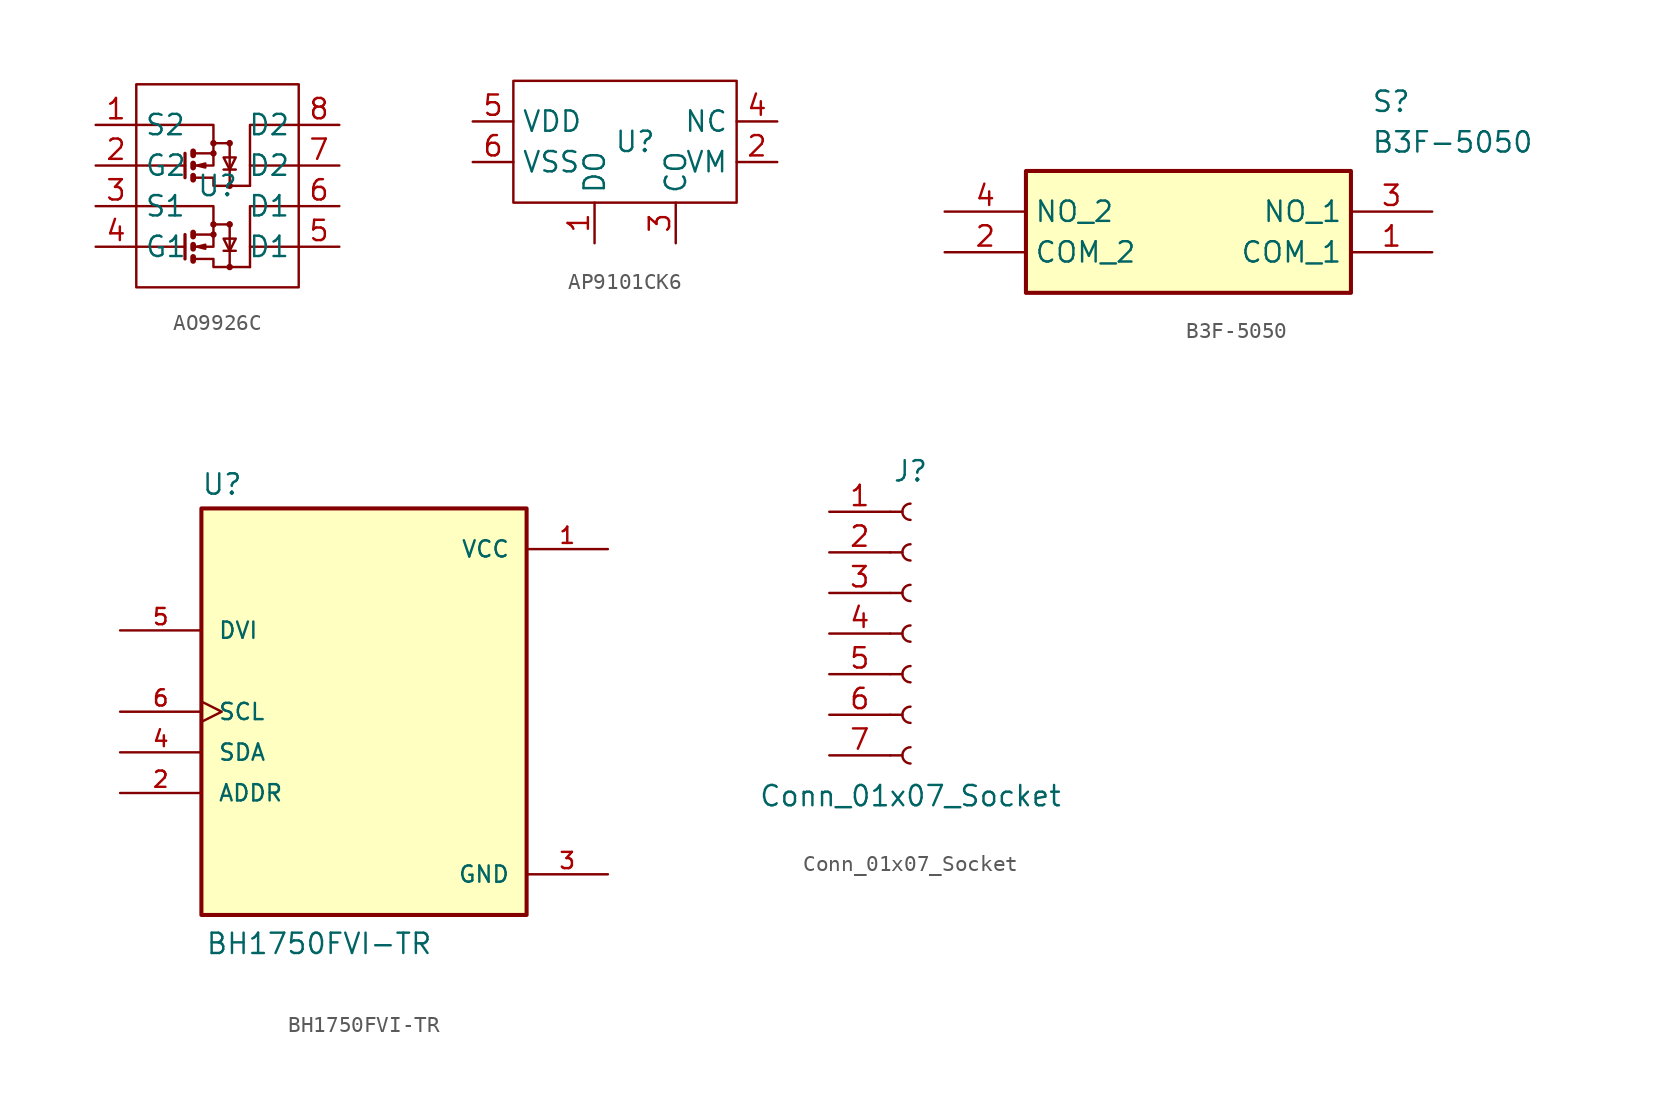
<source format=kicad_sym>
(kicad_symbol_lib
  (version 20231120)
  (generator "kicad_symbol_editor")
  (generator_version "8.0")
  (symbol "AO9926C"
    (property "Reference" "U"
      (at 0 0 0)
      (effects (font (size 1.27 1.27))))
    (property "Value" ""
      (at 0 0 0)
      (effects (font (size 1.27 1.27))))
    (symbol "AO9926C_0_1"
      (rectangle (start -5.08 6.35) (end 5.08 -6.35) (stroke (width 0) (type default)) (fill (type none)))
      (circle (center -0.254 -3.048) (radius 0.127) (stroke (width 0) (type default)) (fill (type none)))
      (circle (center -0.254 -2.413) (radius 0.127) (stroke (width 0) (type default)) (fill (type none)))
      (circle (center -0.254 2.032) (radius 0.127) (stroke (width 0) (type default)) (fill (type none)))
      (circle (center -0.254 2.667) (radius 0.127) (stroke (width 0) (type default)) (fill (type none)))
      (polyline (pts (xy -2.032 -4.572) (xy -2.032 -3.048)) (stroke (width 0.203) (type default)) (fill (type none)))
      (polyline (pts (xy -2.032 -3.81) (xy -5.08 -3.81)) (stroke (width 0) (type default)) (fill (type none)))
      (polyline (pts (xy -2.032 0.508) (xy -2.032 2.032)) (stroke (width 0.203) (type default)) (fill (type none)))
      (polyline (pts (xy -2.032 1.27) (xy -5.08 1.27)) (stroke (width 0) (type default)) (fill (type none)))
      (polyline (pts (xy -0.254 -2.413) (xy 0.762 -2.413)) (stroke (width 0) (type default)) (fill (type none)))
      (polyline (pts (xy -0.254 2.667) (xy 0.762 2.667)) (stroke (width 0) (type default)) (fill (type none)))
      (polyline (pts (xy 0.381 -4.064) (xy 1.143 -4.064)) (stroke (width 0) (type default)) (fill (type none)))
      (polyline (pts (xy 0.381 1.016) (xy 1.143 1.016)) (stroke (width 0) (type default)) (fill (type none)))
      (polyline (pts (xy 0.762 -2.286) (xy 0.762 -4.953)) (stroke (width 0) (type default)) (fill (type none)))
      (polyline (pts (xy 0.762 2.794) (xy 0.762 0.127)) (stroke (width 0) (type default)) (fill (type none)))
      (polyline (pts (xy -1.524 -4.699) (xy -1.524 -4.445) (xy -1.524 -4.445)) (stroke (width 0.356) (type default)) (fill (type none)))
      (polyline (pts (xy -1.524 -3.937) (xy -1.524 -3.683) (xy -1.524 -3.683)) (stroke (width 0.356) (type default)) (fill (type none)))
      (polyline (pts (xy -1.524 -3.175) (xy -1.524 -2.921) (xy -1.524 -2.921)) (stroke (width 0.356) (type default)) (fill (type none)))
      (polyline (pts (xy -1.524 0.381) (xy -1.524 0.635) (xy -1.524 0.635)) (stroke (width 0.356) (type default)) (fill (type none)))
      (polyline (pts (xy -1.524 1.143) (xy -1.524 1.397) (xy -1.524 1.397)) (stroke (width 0.356) (type default)) (fill (type none)))
      (polyline (pts (xy -1.524 1.905) (xy -1.524 2.159) (xy -1.524 2.159)) (stroke (width 0.356) (type default)) (fill (type none)))
      (polyline (pts (xy -1.397 -3.81) (xy -0.254 -3.81) (xy -0.254 -3.048)) (stroke (width 0) (type default)) (fill (type none)))
      (polyline (pts (xy -1.397 1.27) (xy -0.254 1.27) (xy -0.254 2.032)) (stroke (width 0) (type default)) (fill (type none)))
      (polyline (pts (xy 2.032 -5.08) (xy 2.032 -3.81) (xy 5.08 -3.81)) (stroke (width 0) (type default)) (fill (type none)))
      (polyline (pts (xy 2.032 -3.81) (xy 2.032 -1.27) (xy 5.08 -1.27)) (stroke (width 0) (type default)) (fill (type none)))
      (polyline (pts (xy 2.032 0) (xy 2.032 1.27) (xy 5.08 1.27)) (stroke (width 0) (type default)) (fill (type none)))
      (polyline (pts (xy 2.032 1.27) (xy 2.032 3.81) (xy 5.08 3.81)) (stroke (width 0) (type default)) (fill (type none)))
      (polyline (pts (xy -5.08 -1.27) (xy -0.254 -1.27) (xy -0.254 -3.048) (xy -1.397 -3.048)) (stroke (width 0) (type default)) (fill (type none)))
      (polyline (pts (xy -5.08 3.81) (xy -0.254 3.81) (xy -0.254 2.032) (xy -1.397 2.032)) (stroke (width 0) (type default)) (fill (type none)))
      (polyline (pts (xy -1.397 -4.572) (xy -0.254 -4.572) (xy -0.254 -5.08) (xy 2.032 -5.08)) (stroke (width 0) (type default)) (fill (type none)))
      (polyline (pts (xy -1.397 0.508) (xy -0.254 0.508) (xy -0.254 0) (xy 2.032 0)) (stroke (width 0) (type default)) (fill (type none)))
      (polyline (pts (xy -1.27 -3.81) (xy -0.762 -3.937) (xy -0.762 -3.683) (xy -1.27 -3.81)) (stroke (width 0) (type default)) (fill (type none)))
      (polyline (pts (xy -1.27 1.27) (xy -0.762 1.143) (xy -0.762 1.397) (xy -1.27 1.27)) (stroke (width 0) (type default)) (fill (type none)))
      (polyline (pts (xy 0.762 -4.064) (xy 0.381 -3.302) (xy 1.143 -3.302) (xy 0.762 -4.064)) (stroke (width 0) (type default)) (fill (type none)))
      (polyline (pts (xy 0.762 1.016) (xy 0.381 1.778) (xy 1.143 1.778) (xy 0.762 1.016)) (stroke (width 0) (type default)) (fill (type none)))
      (circle (center 0.762 -5.08) (radius 0.127) (stroke (width 0) (type default)) (fill (type none)))
      (circle (center 0.762 -2.413) (radius 0.127) (stroke (width 0) (type default)) (fill (type none)))
      (circle (center 0.762 0) (radius 0.127) (stroke (width 0) (type default)) (fill (type none)))
      (circle (center 0.762 2.667) (radius 0.127) (stroke (width 0) (type default)) (fill (type none))))
    (symbol "AO9926C_1_1"
      (pin input line (at -7.62 3.81 0) (length 2.54) (name "S2" (effects (font (size 1.27 1.27)))) (number "1" (effects (font (size 1.27 1.27)))))
      (pin input line (at -7.62 1.27 0) (length 2.54) (name "G2" (effects (font (size 1.27 1.27)))) (number "2" (effects (font (size 1.27 1.27)))))
      (pin input line (at -7.62 -1.27 0) (length 2.54) (name "S1" (effects (font (size 1.27 1.27)))) (number "3" (effects (font (size 1.27 1.27)))))
      (pin input line (at -7.62 -3.81 0) (length 2.54) (name "G1" (effects (font (size 1.27 1.27)))) (number "4" (effects (font (size 1.27 1.27)))))
      (pin input line (at 7.62 -3.81 180) (length 2.54) (name "D1" (effects (font (size 1.27 1.27)))) (number "5" (effects (font (size 1.27 1.27)))))
      (pin input line (at 7.62 -1.27 180) (length 2.54) (name "D1" (effects (font (size 1.27 1.27)))) (number "6" (effects (font (size 1.27 1.27)))))
      (pin input line (at 7.62 1.27 180) (length 2.54) (name "D2" (effects (font (size 1.27 1.27)))) (number "7" (effects (font (size 1.27 1.27)))))
      (pin input line (at 7.62 3.81 180) (length 2.54) (name "D2" (effects (font (size 1.27 1.27)))) (number "8" (effects (font (size 1.27 1.27)))))))
  (symbol "AP9101CK6"
    (property "Reference" "U"
      (at 0 0 0)
      (effects (font (size 1.27 1.27))))
    (property "Value" ""
      (at 1.27 0 0)
      (effects (font (size 1.27 1.27))))
    (symbol "AP9101CK6_0_1"
      (rectangle (start -7.62 3.81) (end 6.35 -3.81) (stroke (width 0) (type default)) (fill (type none))))
    (symbol "AP9101CK6_1_1"
      (pin input line (at -2.54 -6.35 90) (length 2.54) (name "DO" (effects (font (size 1.27 1.27)))) (number "1" (effects (font (size 1.27 1.27)))))
      (pin input line (at 8.89 -1.27 180) (length 2.54) (name "VM" (effects (font (size 1.27 1.27)))) (number "2" (effects (font (size 1.27 1.27)))))
      (pin input line (at 2.54 -6.35 90) (length 2.54) (name "CO" (effects (font (size 1.27 1.27)))) (number "3" (effects (font (size 1.27 1.27)))))
      (pin input line (at 8.89 1.27 180) (length 2.54) (name "NC" (effects (font (size 1.27 1.27)))) (number "4" (effects (font (size 1.27 1.27)))))
      (pin input line (at -10.16 1.27 0) (length 2.54) (name "VDD" (effects (font (size 1.27 1.27)))) (number "5" (effects (font (size 1.27 1.27)))))
      (pin input line (at -10.16 -1.27 0) (length 2.54) (name "VSS" (effects (font (size 1.27 1.27)))) (number "6" (effects (font (size 1.27 1.27)))))))
  (symbol "B3F-5050"
    (property "Reference" "S"
      (at 26.67 7.62 0)
      (effects (font (size 1.27 1.27)) (justify left top)))
    (property "Value" "B3F-5050"
      (at 26.67 5.08 0)
      (effects (font (size 1.27 1.27)) (justify left top)))
    (symbol "B3F-5050_1_1"
      (rectangle (start 5.08 2.54) (end 25.4 -5.08) (stroke (width 0.254) (type default)) (fill (type background)))
      (pin passive line (at 30.48 -2.54 180) (length 5.08) (name "COM_1" (effects (font (size 1.27 1.27)))) (number "1" (effects (font (size 1.27 1.27)))))
      (pin passive line (at 0 -2.54 0) (length 5.08) (name "COM_2" (effects (font (size 1.27 1.27)))) (number "2" (effects (font (size 1.27 1.27)))))
      (pin passive line (at 30.48 0 180) (length 5.08) (name "NO_1" (effects (font (size 1.27 1.27)))) (number "3" (effects (font (size 1.27 1.27)))))
      (pin passive line (at 0 0 0) (length 5.08) (name "NO_2" (effects (font (size 1.27 1.27)))) (number "4" (effects (font (size 1.27 1.27)))))))
  (symbol "BH1750FVI-TR"
    (pin_names
      (offset 1.016))
    (property "Reference" "U"
      (at -10.174 13.462 0)
      (effects (font (size 1.27 1.27)) (justify left bottom)))
    (property "Value" "BH1750FVI-TR"
      (at -9.922 -15.24 0)
      (effects (font (size 1.27 1.27)) (justify left bottom)))
    (symbol "BH1750FVI-TR_0_0"
      (rectangle (start -10.16 -12.7) (end 10.16 12.7) (stroke (width 0.254) (type default)) (fill (type background)))
      (pin power_in line (at 15.24 10.16 180) (length 5.08) (name "VCC" (effects (font (size 1.016 1.016)))) (number "1" (effects (font (size 1.016 1.016)))))
      (pin input line (at -15.24 -5.08 0) (length 5.08) (name "ADDR" (effects (font (size 1.016 1.016)))) (number "2" (effects (font (size 1.016 1.016)))))
      (pin power_in line (at 15.24 -10.16 180) (length 5.08) (name "GND" (effects (font (size 1.016 1.016)))) (number "3" (effects (font (size 1.016 1.016)))))
      (pin bidirectional line (at -15.24 -2.54 0) (length 5.08) (name "SDA" (effects (font (size 1.016 1.016)))) (number "4" (effects (font (size 1.016 1.016)))))
      (pin input line (at -15.24 5.08 0) (length 5.08) (name "DVI" (effects (font (size 1.016 1.016)))) (number "5" (effects (font (size 1.016 1.016)))))
      (pin input clock (at -15.24 0 0) (length 5.08) (name "SCL" (effects (font (size 1.016 1.016)))) (number "6" (effects (font (size 1.016 1.016)))))))
  (symbol "Conn_01x07_Socket"
    (pin_names
      (offset 1.016) hide)
    (property "Reference" "J"
      (at 0 10.16 0)
      (effects (font (size 1.27 1.27))))
    (property "Value" "Conn_01x07_Socket"
      (at 0 -10.16 0)
      (effects (font (size 1.27 1.27))))
    (property "ki_locked" ""
      (at 0 0 0)
      (effects (font (size 1.27 1.27))))
    (symbol "Conn_01x07_Socket_1_1"
      (arc (start 0 -7.112) (mid -0.5058 -7.62) (end 0 -8.128) (stroke (width 0.1524) (type default)) (fill (type none)))
      (arc (start 0 -4.572) (mid -0.5058 -5.08) (end 0 -5.588) (stroke (width 0.1524) (type default)) (fill (type none)))
      (arc (start 0 -2.032) (mid -0.5058 -2.54) (end 0 -3.048) (stroke (width 0.1524) (type default)) (fill (type none)))
      (polyline (pts (xy -1.27 -7.62) (xy -0.508 -7.62)) (stroke (width 0.152) (type default)) (fill (type none)))
      (polyline (pts (xy -1.27 -5.08) (xy -0.508 -5.08)) (stroke (width 0.152) (type default)) (fill (type none)))
      (polyline (pts (xy -1.27 -2.54) (xy -0.508 -2.54)) (stroke (width 0.152) (type default)) (fill (type none)))
      (polyline (pts (xy -1.27 0) (xy -0.508 0)) (stroke (width 0.152) (type default)) (fill (type none)))
      (polyline (pts (xy -1.27 2.54) (xy -0.508 2.54)) (stroke (width 0.152) (type default)) (fill (type none)))
      (polyline (pts (xy -1.27 5.08) (xy -0.508 5.08)) (stroke (width 0.152) (type default)) (fill (type none)))
      (polyline (pts (xy -1.27 7.62) (xy -0.508 7.62)) (stroke (width 0.152) (type default)) (fill (type none)))
      (arc (start 0 0.508) (mid -0.5058 0) (end 0 -0.508) (stroke (width 0.1524) (type default)) (fill (type none)))
      (arc (start 0 3.048) (mid -0.5058 2.54) (end 0 2.032) (stroke (width 0.1524) (type default)) (fill (type none)))
      (arc (start 0 5.588) (mid -0.5058 5.08) (end 0 4.572) (stroke (width 0.1524) (type default)) (fill (type none)))
      (arc (start 0 8.128) (mid -0.5058 7.62) (end 0 7.112) (stroke (width 0.1524) (type default)) (fill (type none)))
      (pin passive line (at -5.08 7.62 0) (length 3.81) (name "Pin_1" (effects (font (size 1.27 1.27)))) (number "1" (effects (font (size 1.27 1.27)))))
      (pin passive line (at -5.08 5.08 0) (length 3.81) (name "Pin_2" (effects (font (size 1.27 1.27)))) (number "2" (effects (font (size 1.27 1.27)))))
      (pin passive line (at -5.08 2.54 0) (length 3.81) (name "Pin_3" (effects (font (size 1.27 1.27)))) (number "3" (effects (font (size 1.27 1.27)))))
      (pin passive line (at -5.08 0 0) (length 3.81) (name "Pin_4" (effects (font (size 1.27 1.27)))) (number "4" (effects (font (size 1.27 1.27)))))
      (pin passive line (at -5.08 -2.54 0) (length 3.81) (name "Pin_5" (effects (font (size 1.27 1.27)))) (number "5" (effects (font (size 1.27 1.27)))))
      (pin passive line (at -5.08 -5.08 0) (length 3.81) (name "Pin_6" (effects (font (size 1.27 1.27)))) (number "6" (effects (font (size 1.27 1.27)))))
      (pin passive line (at -5.08 -7.62 0) (length 3.81) (name "Pin_7" (effects (font (size 1.27 1.27)))) (number "7" (effects (font (size 1.27 1.27))))))))
</source>
